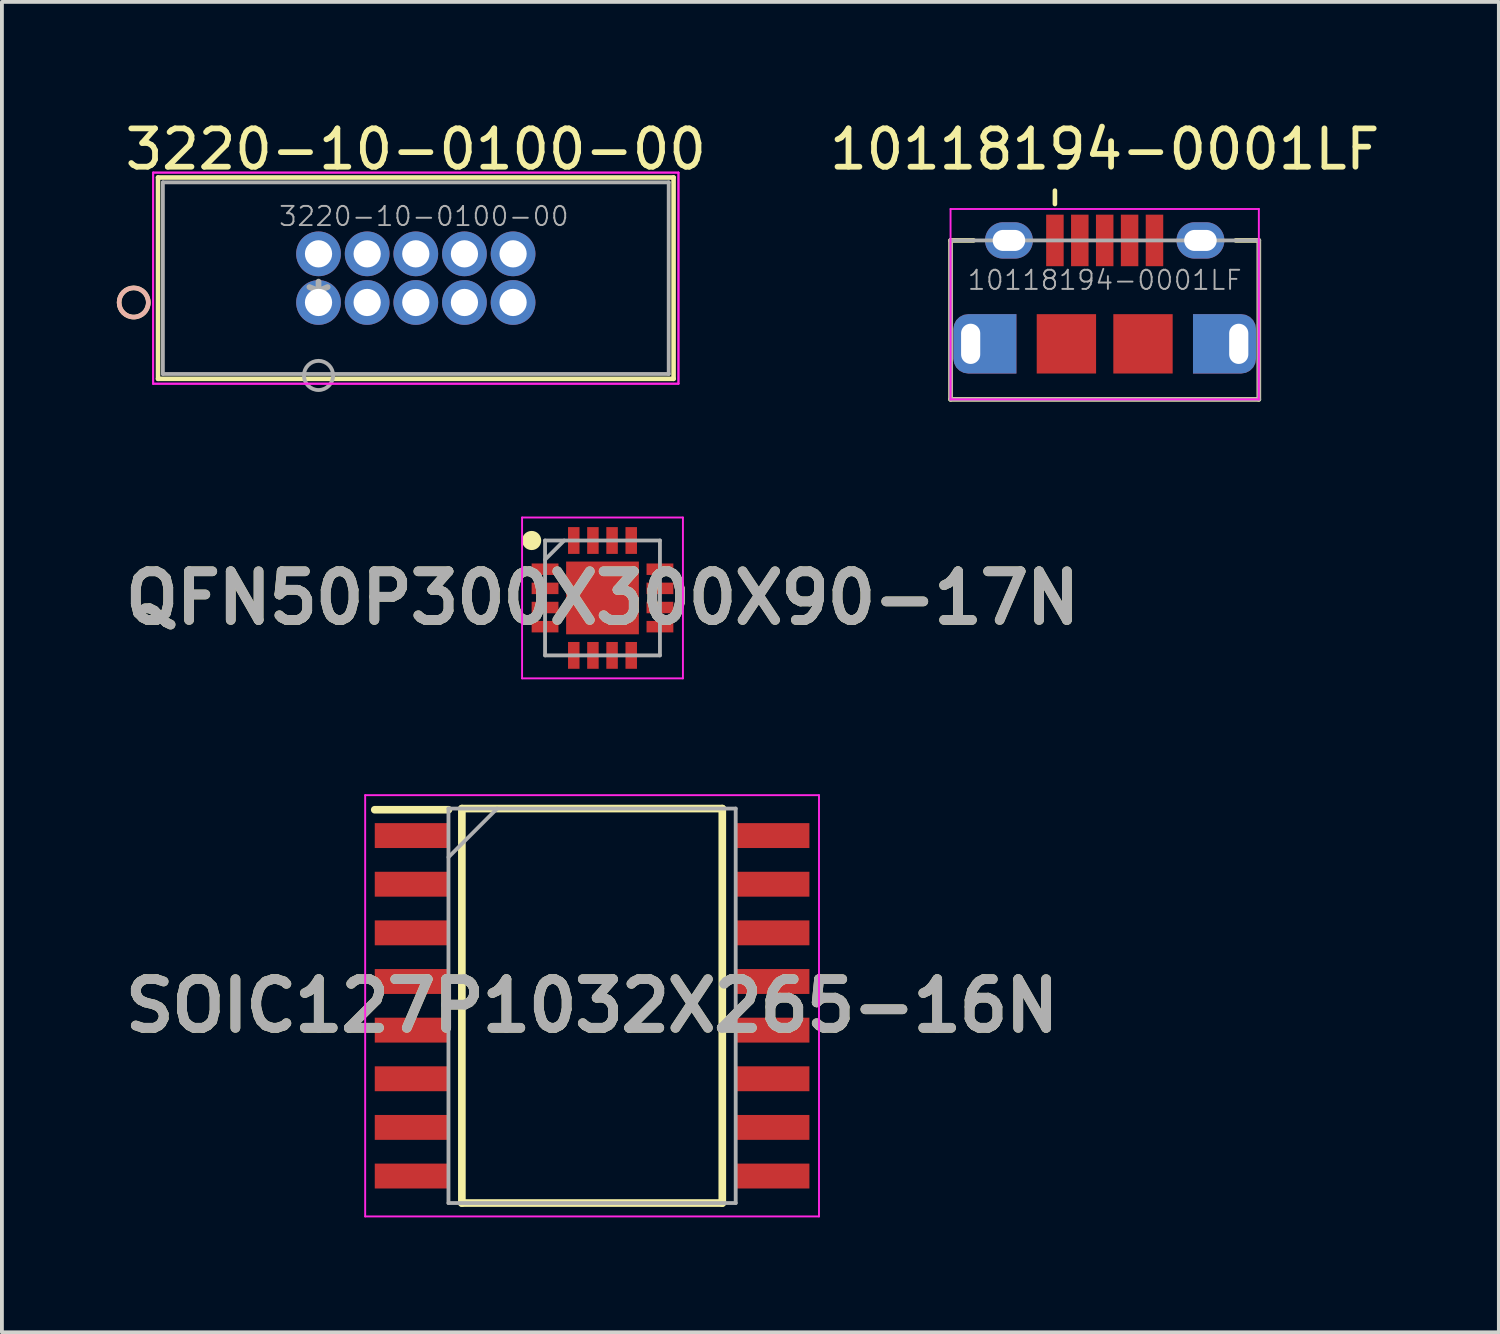
<source format=kicad_pcb>
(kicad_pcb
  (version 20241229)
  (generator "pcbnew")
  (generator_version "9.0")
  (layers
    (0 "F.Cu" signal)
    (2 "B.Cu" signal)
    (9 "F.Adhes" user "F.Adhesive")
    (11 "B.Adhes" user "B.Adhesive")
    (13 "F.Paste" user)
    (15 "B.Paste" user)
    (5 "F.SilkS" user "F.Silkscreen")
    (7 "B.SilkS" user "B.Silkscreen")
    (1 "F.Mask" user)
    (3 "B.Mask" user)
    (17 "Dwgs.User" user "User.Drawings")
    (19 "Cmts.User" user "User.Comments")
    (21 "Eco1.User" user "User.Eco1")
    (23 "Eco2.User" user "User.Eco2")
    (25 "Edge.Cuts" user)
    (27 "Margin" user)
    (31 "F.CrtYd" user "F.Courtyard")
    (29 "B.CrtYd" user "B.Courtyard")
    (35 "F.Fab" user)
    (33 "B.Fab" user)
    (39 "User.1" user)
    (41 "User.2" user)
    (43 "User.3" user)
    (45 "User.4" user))
  (footprint "10118194-0001LF"
    (layer "F.Cu")
    (at 25.795 5.928)
    (property "Reference" "10118194-0001LF" (at 0 -5.08 0) (layer "F.SilkS") (effects (font (size 1 1) (thickness 0.15))))
    (attr through_hole)
    (fp_line (start -4.025 -2.7) (end -4.025 1.45) (stroke (width 0.12) (type solid)) (layer "F.SilkS"))
    (fp_line (start -4.025 1.45) (end 4.025 1.45) (stroke (width 0.12) (type solid)) (layer "F.SilkS"))
    (fp_line (start -3.423 -2.7) (end -4.025 -2.7) (stroke (width 0.12) (type solid)) (layer "F.SilkS"))
    (fp_line (start -1.3 -3.65) (end -1.3 -4) (stroke (width 0.12) (type solid)) (layer "F.SilkS"))
    (fp_line (start 4.025 -2.7) (end 3.423 -2.7) (stroke (width 0.12) (type solid)) (layer "F.SilkS"))
    (fp_line (start 4.025 1.45) (end 4.025 -2.7) (stroke (width 0.12) (type solid)) (layer "F.SilkS"))
    (fp_line (start -4.025 -3.521) (end -4.025 1.45) (stroke (width 0.05) (type solid)) (layer "F.CrtYd"))
    (fp_line (start -4.025 1.45) (end 4.025 1.45) (stroke (width 0.05) (type solid)) (layer "F.CrtYd"))
    (fp_line (start 4.025 -3.521) (end -4.025 -3.521) (stroke (width 0.05) (type solid)) (layer "F.CrtYd"))
    (fp_line (start 4.025 1.45) (end 4.025 -3.521) (stroke (width 0.05) (type solid)) (layer "F.CrtYd"))
    (fp_line (start -4.025 -2.7) (end -4.025 1.45) (stroke (width 0.1) (type solid)) (layer "F.Fab"))
    (fp_line (start -4.025 1.45) (end 4.025 1.45) (stroke (width 0.1) (type solid)) (layer "F.Fab"))
    (fp_line (start 4.025 -2.7) (end -4.025 -2.7) (stroke (width 0.1) (type solid)) (layer "F.Fab"))
    (fp_line (start 4.025 1.45) (end 4.025 -2.7) (stroke (width 0.1) (type solid)) (layer "F.Fab"))
    (fp_text user "${REFERENCE}" (at 0 -1.663 0) (unlocked yes) (layer "F.Fab") (effects (font (size 0.5 0.5) (thickness 0.05))))
    (pad "1" smd rect (at -1.3 -2.7) (size 0.457 1.346) (layers "F.Cu" "F.Mask" "F.Paste"))
    (pad "2" smd rect (at -0.65 -2.7) (size 0.457 1.346) (layers "F.Cu" "F.Mask" "F.Paste"))
    (pad "3" smd rect (at 0 -2.7) (size 0.457 1.346) (layers "F.Cu" "F.Mask" "F.Paste"))
    (pad "4" smd rect (at 0.65 -2.7) (size 0.457 1.346) (layers "F.Cu" "F.Mask" "F.Paste"))
    (pad "5" smd rect (at 1.3 -2.7) (size 0.457 1.346) (layers "F.Cu" "F.Mask" "F.Paste"))
    (pad "S" thru_hole roundrect (at -3.5 0 90) (size 1.55 1.645) (drill oval 1.05 0.5 (offset 0 0.372)) (layers "*.Cu" "*.Paste" "*.Mask") (roundrect_rratio 0.25) (chamfer_ratio 0) (chamfer bottom_left bottom_right))
    (pad "S" thru_hole oval (at -2.5 -2.7) (size 1.25 0.95) (drill oval 0.85 0.55) (layers "*.Cu" "*.Paste" "*.Mask"))
    (pad "S" smd rect (at -1 0) (size 1.55 1.55) (layers "F.Cu" "F.Mask" "F.Paste"))
    (pad "S" smd rect (at 1 0) (size 1.55 1.55) (layers "F.Cu" "F.Mask" "F.Paste"))
    (pad "S" thru_hole oval (at 2.5 -2.7) (size 1.25 0.95) (drill oval 0.85 0.55) (layers "*.Cu" "*.Paste" "*.Mask"))
    (pad "S" thru_hole roundrect (at 3.5 0 90) (size 1.55 1.645) (drill oval 1.05 0.5 (offset 0 -0.372)) (layers "*.Cu" "*.Paste" "*.Mask") (roundrect_rratio 0.25) (chamfer_ratio 0) (chamfer top_left top_right)))
  (footprint "QFN50P300X300X90-17N"
    (layer "F.Cu")
    (at 12.682 12.563)
    (property "Reference" "QFN50P300X300X90-17N" (at 0 0 0) (layer "F.SilkS") (effects (font (size 1.27 1.27) (thickness 0.254))))
    (attr smd)
    (fp_circle (center -1.85 -1.5) (end -1.85 -1.375) (stroke (width 0.25) (type solid)) (fill no) (layer "F.SilkS"))
    (fp_line (start -2.1 -2.1) (end 2.1 -2.1) (stroke (width 0.05) (type solid)) (layer "F.CrtYd"))
    (fp_line (start -2.1 2.1) (end -2.1 -2.1) (stroke (width 0.05) (type solid)) (layer "F.CrtYd"))
    (fp_line (start 2.1 -2.1) (end 2.1 2.1) (stroke (width 0.05) (type solid)) (layer "F.CrtYd"))
    (fp_line (start 2.1 2.1) (end -2.1 2.1) (stroke (width 0.05) (type solid)) (layer "F.CrtYd"))
    (fp_line (start -1.5 -1.5) (end 1.5 -1.5) (stroke (width 0.1) (type solid)) (layer "F.Fab"))
    (fp_line (start -1.5 -1) (end -1 -1.5) (stroke (width 0.1) (type solid)) (layer "F.Fab"))
    (fp_line (start -1.5 1.5) (end -1.5 -1.5) (stroke (width 0.1) (type solid)) (layer "F.Fab"))
    (fp_line (start 1.5 -1.5) (end 1.5 1.5) (stroke (width 0.1) (type solid)) (layer "F.Fab"))
    (fp_line (start 1.5 1.5) (end -1.5 1.5) (stroke (width 0.1) (type solid)) (layer "F.Fab"))
    (fp_text user "${REFERENCE}" (at 0 0 0) (layer "F.Fab") (effects (font (size 1.27 1.27) (thickness 0.254))))
    (pad "1" smd rect (at -1.5 -0.75 90) (size 0.3 0.7) (layers "F.Cu" "F.Mask" "F.Paste"))
    (pad "2" smd rect (at -1.5 -0.25 90) (size 0.3 0.7) (layers "F.Cu" "F.Mask" "F.Paste"))
    (pad "3" smd rect (at -1.5 0.25 90) (size 0.3 0.7) (layers "F.Cu" "F.Mask" "F.Paste"))
    (pad "4" smd rect (at -1.5 0.75 90) (size 0.3 0.7) (layers "F.Cu" "F.Mask" "F.Paste"))
    (pad "5" smd rect (at -0.75 1.5) (size 0.3 0.7) (layers "F.Cu" "F.Mask" "F.Paste"))
    (pad "6" smd rect (at -0.25 1.5) (size 0.3 0.7) (layers "F.Cu" "F.Mask" "F.Paste"))
    (pad "7" smd rect (at 0.25 1.5) (size 0.3 0.7) (layers "F.Cu" "F.Mask" "F.Paste"))
    (pad "8" smd rect (at 0.75 1.5) (size 0.3 0.7) (layers "F.Cu" "F.Mask" "F.Paste"))
    (pad "9" smd rect (at 1.5 0.75 90) (size 0.3 0.7) (layers "F.Cu" "F.Mask" "F.Paste"))
    (pad "10" smd rect (at 1.5 0.25 90) (size 0.3 0.7) (layers "F.Cu" "F.Mask" "F.Paste"))
    (pad "11" smd rect (at 1.5 -0.25 90) (size 0.3 0.7) (layers "F.Cu" "F.Mask" "F.Paste"))
    (pad "12" smd rect (at 1.5 -0.75 90) (size 0.3 0.7) (layers "F.Cu" "F.Mask" "F.Paste"))
    (pad "13" smd rect (at 0.75 -1.5) (size 0.3 0.7) (layers "F.Cu" "F.Mask" "F.Paste"))
    (pad "14" smd rect (at 0.25 -1.5) (size 0.3 0.7) (layers "F.Cu" "F.Mask" "F.Paste"))
    (pad "15" smd rect (at -0.25 -1.5) (size 0.3 0.7) (layers "F.Cu" "F.Mask" "F.Paste"))
    (pad "16" smd rect (at -0.75 -1.5) (size 0.3 0.7) (layers "F.Cu" "F.Mask" "F.Paste"))
    (pad "17" smd rect (at 0 0) (size 1.9 1.9) (layers "F.Cu" "F.Mask" "F.Paste")))
  (footprint "3220-10-0100-00"
    (layer "F.Cu")
    (at 5.267 4.848)
    (property "Reference" "3220-10-0100-00" (at 2.54 -4 0) (layer "F.SilkS") (effects (font (size 1 1) (thickness 0.15))))
    (attr through_hole)
    (fp_line (start -4.191 -3.264) (end -4.191 1.994) (stroke (width 0.12) (type solid)) (layer "F.SilkS"))
    (fp_line (start -4.191 1.994) (end 9.271 1.994) (stroke (width 0.12) (type solid)) (layer "F.SilkS"))
    (fp_line (start 9.271 -3.264) (end -4.191 -3.264) (stroke (width 0.12) (type solid)) (layer "F.SilkS"))
    (fp_line (start 9.271 1.994) (end 9.271 -3.264) (stroke (width 0.12) (type solid)) (layer "F.SilkS"))
    (fp_circle (center -4.826 0) (end -4.445 0) (stroke (width 0.12) (type solid)) (fill no) (layer "F.SilkS"))
    (fp_circle (center -4.826 0) (end -4.445 0) (stroke (width 0.12) (type solid)) (fill no) (layer "B.SilkS"))
    (fp_line (start -4.318 -3.391) (end -4.318 2.121) (stroke (width 0.05) (type solid)) (layer "F.CrtYd"))
    (fp_line (start -4.318 -3.391) (end -4.318 2.121) (stroke (width 0.05) (type solid)) (layer "F.CrtYd"))
    (fp_line (start -4.318 2.121) (end 9.398 2.121) (stroke (width 0.05) (type solid)) (layer "F.CrtYd"))
    (fp_line (start -4.318 2.121) (end 9.398 2.121) (stroke (width 0.05) (type solid)) (layer "F.CrtYd"))
    (fp_line (start 9.398 -3.391) (end -4.318 -3.391) (stroke (width 0.05) (type solid)) (layer "F.CrtYd"))
    (fp_line (start 9.398 -3.391) (end -4.318 -3.391) (stroke (width 0.05) (type solid)) (layer "F.CrtYd"))
    (fp_line (start 9.398 2.121) (end 9.398 -3.391) (stroke (width 0.05) (type solid)) (layer "F.CrtYd"))
    (fp_line (start 9.398 2.121) (end 9.398 -3.391) (stroke (width 0.05) (type solid)) (layer "F.CrtYd"))
    (fp_line (start -4.064 -3.137) (end -4.064 1.867) (stroke (width 0.1) (type solid)) (layer "F.Fab"))
    (fp_line (start -4.064 1.867) (end 9.144 1.867) (stroke (width 0.1) (type solid)) (layer "F.Fab"))
    (fp_line (start 9.144 -3.137) (end -4.064 -3.137) (stroke (width 0.1) (type solid)) (layer "F.Fab"))
    (fp_line (start 9.144 1.867) (end 9.144 -3.137) (stroke (width 0.1) (type solid)) (layer "F.Fab"))
    (fp_circle (center 0 1.905) (end 0.381 1.905) (stroke (width 0.1) (type solid)) (fill no) (layer "F.Fab"))
    (fp_text user "*" (at 0 0 0) (layer "F.Fab") (effects (font (size 1 1) (thickness 0.15))))
    (fp_text user "${REFERENCE}" (at 2.75 -2.25 0) (layer "F.Fab") (effects (font (size 0.5 0.5) (thickness 0.05))))
    (pad "1" thru_hole circle (at 0 0) (size 1.168 1.168) (drill 0.711) (layers "*.Cu" "*.Mask"))
    (pad "2" thru_hole circle (at 0 -1.27) (size 1.168 1.168) (drill 0.711) (layers "*.Cu" "*.Mask"))
    (pad "3" thru_hole circle (at 1.27 0) (size 1.168 1.168) (drill 0.711) (layers "*.Cu" "*.Mask"))
    (pad "4" thru_hole circle (at 1.27 -1.27) (size 1.168 1.168) (drill 0.711) (layers "*.Cu" "*.Mask"))
    (pad "5" thru_hole circle (at 2.54 0) (size 1.168 1.168) (drill 0.711) (layers "*.Cu" "*.Mask"))
    (pad "6" thru_hole circle (at 2.54 -1.27) (size 1.168 1.168) (drill 0.711) (layers "*.Cu" "*.Mask"))
    (pad "7" thru_hole circle (at 3.81 0) (size 1.168 1.168) (drill 0.711) (layers "*.Cu" "*.Mask"))
    (pad "8" thru_hole circle (at 3.81 -1.27) (size 1.168 1.168) (drill 0.711) (layers "*.Cu" "*.Mask"))
    (pad "9" thru_hole circle (at 5.08 0) (size 1.168 1.168) (drill 0.711) (layers "*.Cu" "*.Mask"))
    (pad "10" thru_hole circle (at 5.08 -1.27) (size 1.168 1.168) (drill 0.711) (layers "*.Cu" "*.Mask")))
  (footprint "SOIC127P1032X265-16N"
    (layer "F.Cu")
    (at 12.41 23.213)
    (property "Reference" "SOIC127P1032X265-16N" (at 0 0 0) (layer "F.SilkS") (effects (font (size 1.27 1.27) (thickness 0.254))))
    (attr smd)
    (fp_line (start -5.675 -5.12) (end -3.75 -5.12) (stroke (width 0.2) (type solid)) (layer "F.SilkS"))
    (fp_line (start -3.4 -5.15) (end 3.4 -5.15) (stroke (width 0.2) (type solid)) (layer "F.SilkS"))
    (fp_line (start -3.4 5.15) (end -3.4 -5.15) (stroke (width 0.2) (type solid)) (layer "F.SilkS"))
    (fp_line (start 3.4 -5.15) (end 3.4 5.15) (stroke (width 0.2) (type solid)) (layer "F.SilkS"))
    (fp_line (start 3.4 5.15) (end -3.4 5.15) (stroke (width 0.2) (type solid)) (layer "F.SilkS"))
    (fp_line (start -5.925 -5.5) (end 5.925 -5.5) (stroke (width 0.05) (type solid)) (layer "F.CrtYd"))
    (fp_line (start -5.925 5.5) (end -5.925 -5.5) (stroke (width 0.05) (type solid)) (layer "F.CrtYd"))
    (fp_line (start 5.925 -5.5) (end 5.925 5.5) (stroke (width 0.05) (type solid)) (layer "F.CrtYd"))
    (fp_line (start 5.925 5.5) (end -5.925 5.5) (stroke (width 0.05) (type solid)) (layer "F.CrtYd"))
    (fp_line (start -3.75 -5.15) (end 3.75 -5.15) (stroke (width 0.1) (type solid)) (layer "F.Fab"))
    (fp_line (start -3.75 -3.88) (end -2.48 -5.15) (stroke (width 0.1) (type solid)) (layer "F.Fab"))
    (fp_line (start -3.75 5.15) (end -3.75 -5.15) (stroke (width 0.1) (type solid)) (layer "F.Fab"))
    (fp_line (start 3.75 -5.15) (end 3.75 5.15) (stroke (width 0.1) (type solid)) (layer "F.Fab"))
    (fp_line (start 3.75 5.15) (end -3.75 5.15) (stroke (width 0.1) (type solid)) (layer "F.Fab"))
    (fp_text user "${REFERENCE}" (at 0 0 0) (layer "F.Fab") (effects (font (size 1.27 1.27) (thickness 0.254))))
    (pad "1" smd rect (at -4.712 -4.445 90) (size 0.65 1.925) (layers "F.Cu" "F.Mask" "F.Paste"))
    (pad "2" smd rect (at -4.712 -3.175 90) (size 0.65 1.925) (layers "F.Cu" "F.Mask" "F.Paste"))
    (pad "3" smd rect (at -4.712 -1.905 90) (size 0.65 1.925) (layers "F.Cu" "F.Mask" "F.Paste"))
    (pad "4" smd rect (at -4.712 -0.635 90) (size 0.65 1.925) (layers "F.Cu" "F.Mask" "F.Paste"))
    (pad "5" smd rect (at -4.712 0.635 90) (size 0.65 1.925) (layers "F.Cu" "F.Mask" "F.Paste"))
    (pad "6" smd rect (at -4.712 1.905 90) (size 0.65 1.925) (layers "F.Cu" "F.Mask" "F.Paste"))
    (pad "7" smd rect (at -4.712 3.175 90) (size 0.65 1.925) (layers "F.Cu" "F.Mask" "F.Paste"))
    (pad "8" smd rect (at -4.712 4.445 90) (size 0.65 1.925) (layers "F.Cu" "F.Mask" "F.Paste"))
    (pad "9" smd rect (at 4.712 4.445 90) (size 0.65 1.925) (layers "F.Cu" "F.Mask" "F.Paste"))
    (pad "10" smd rect (at 4.712 3.175 90) (size 0.65 1.925) (layers "F.Cu" "F.Mask" "F.Paste"))
    (pad "11" smd rect (at 4.712 1.905 90) (size 0.65 1.925) (layers "F.Cu" "F.Mask" "F.Paste"))
    (pad "12" smd rect (at 4.712 0.635 90) (size 0.65 1.925) (layers "F.Cu" "F.Mask" "F.Paste"))
    (pad "13" smd rect (at 4.712 -0.635 90) (size 0.65 1.925) (layers "F.Cu" "F.Mask" "F.Paste"))
    (pad "14" smd rect (at 4.712 -1.905 90) (size 0.65 1.925) (layers "F.Cu" "F.Mask" "F.Paste"))
    (pad "15" smd rect (at 4.712 -3.175 90) (size 0.65 1.925) (layers "F.Cu" "F.Mask" "F.Paste"))
    (pad "16" smd rect (at 4.712 -4.445 90) (size 0.65 1.925) (layers "F.Cu" "F.Mask" "F.Paste")))
  (gr_rect
    (start -3 -3)
    (end 36.087 31.738)
    (stroke (width 0.1) (type default))
    (fill no)
    (layer "Edge.Cuts")))
</source>
